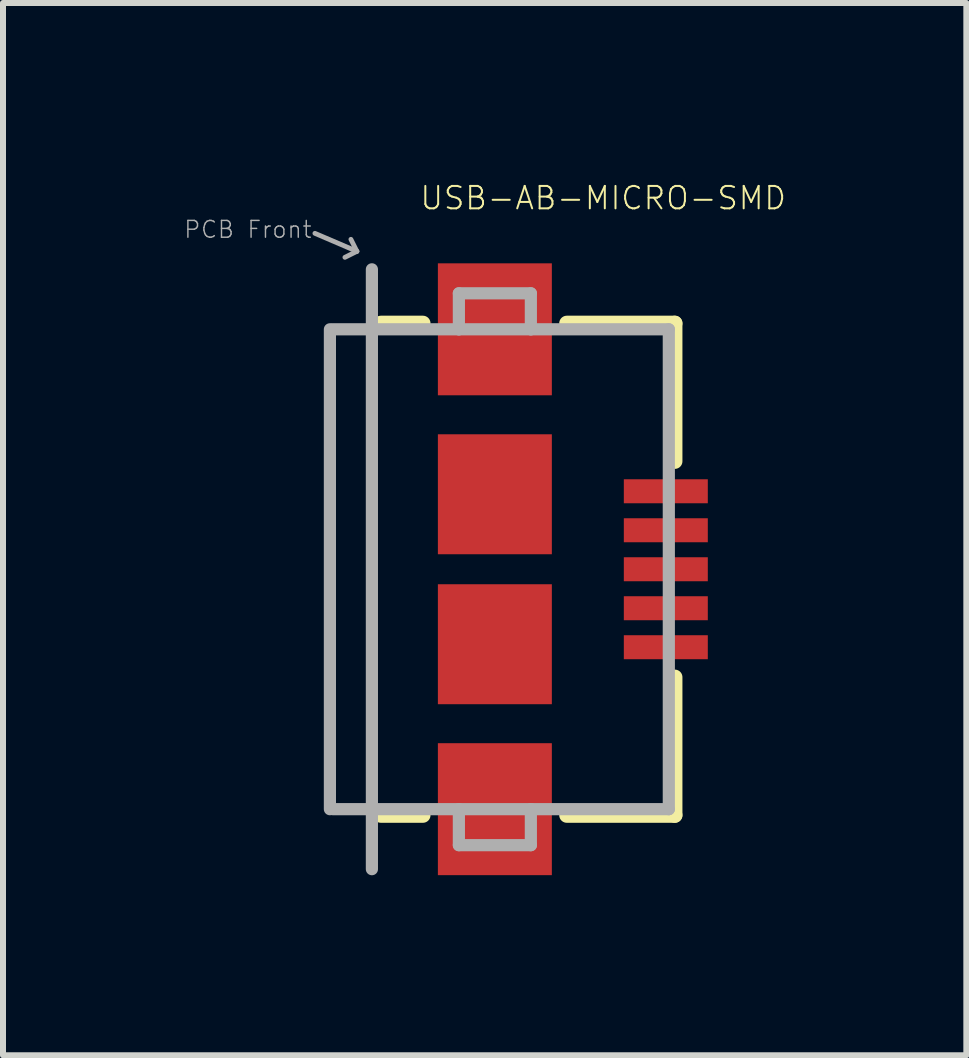
<source format=kicad_pcb>
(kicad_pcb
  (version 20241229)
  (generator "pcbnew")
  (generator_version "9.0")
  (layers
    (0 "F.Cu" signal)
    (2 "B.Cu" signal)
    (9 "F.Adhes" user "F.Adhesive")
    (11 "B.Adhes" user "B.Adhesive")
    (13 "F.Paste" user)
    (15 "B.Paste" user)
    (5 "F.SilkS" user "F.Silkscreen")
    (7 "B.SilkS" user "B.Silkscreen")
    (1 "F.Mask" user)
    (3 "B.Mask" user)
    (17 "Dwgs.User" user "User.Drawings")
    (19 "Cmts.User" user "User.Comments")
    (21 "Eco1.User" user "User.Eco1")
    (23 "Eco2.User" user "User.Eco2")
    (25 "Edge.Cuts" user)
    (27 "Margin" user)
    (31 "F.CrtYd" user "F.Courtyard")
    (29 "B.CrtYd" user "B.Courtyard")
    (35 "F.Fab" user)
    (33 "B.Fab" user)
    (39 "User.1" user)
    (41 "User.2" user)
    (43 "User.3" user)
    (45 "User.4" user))
  (footprint "USB-AB-MICRO-SMD"
    (layer "F.Cu")
    (at 5.2 6.44)
    (property "Reference" "USB-AB-MICRO-SMD" (at -1.27 -5.969 0) (unlocked yes) (layer "F.SilkS") (effects (font (size 0.374 0.374) (thickness 0.033)) (justify left bottom)))
    (fp_line (start -1.2 -4.1) (end -1.9 -4.1) (stroke (width 0.254) (type solid)) (layer "F.SilkS"))
    (fp_line (start -1.2 4.1) (end -1.9 4.1) (stroke (width 0.254) (type solid)) (layer "F.SilkS"))
    (fp_line (start 1.2 -4.1) (end 3 -4.1) (stroke (width 0.254) (type solid)) (layer "F.SilkS"))
    (fp_line (start 3 -4.1) (end 3 -1.8) (stroke (width 0.254) (type solid)) (layer "F.SilkS"))
    (fp_line (start 3 1.8) (end 3 4.1) (stroke (width 0.254) (type solid)) (layer "F.SilkS"))
    (fp_line (start 3 4.1) (end 1.2 4.1) (stroke (width 0.254) (type solid)) (layer "F.SilkS"))
    (fp_line (start -3 -5.6) (end -2.3 -5.3) (stroke (width 0.08) (type solid)) (layer "F.Fab"))
    (fp_line (start -2.75 -4) (end -2.75 4) (stroke (width 0.203) (type solid)) (layer "F.Fab"))
    (fp_line (start -2.7 -4) (end -0.6 -4) (stroke (width 0.203) (type solid)) (layer "F.Fab"))
    (fp_line (start -2.7 4) (end 2.9 4) (stroke (width 0.203) (type solid)) (layer "F.Fab"))
    (fp_line (start -2.3 -5.3) (end -2.5 -5.2) (stroke (width 0.08) (type solid)) (layer "F.Fab"))
    (fp_line (start -2.3 -5.3) (end -2.4 -5.5) (stroke (width 0.08) (type solid)) (layer "F.Fab"))
    (fp_line (start -2.05 -5) (end -2.05 5) (stroke (width 0.203) (type solid)) (layer "F.Fab"))
    (fp_line (start -0.6 -4.6) (end 0.6 -4.6) (stroke (width 0.203) (type solid)) (layer "F.Fab"))
    (fp_line (start -0.6 -4) (end -0.6 -4.6) (stroke (width 0.203) (type solid)) (layer "F.Fab"))
    (fp_line (start -0.6 -4) (end 0.6 -4) (stroke (width 0.203) (type solid)) (layer "F.Fab"))
    (fp_line (start -0.6 4.6) (end -0.6 4) (stroke (width 0.203) (type solid)) (layer "F.Fab"))
    (fp_line (start 0.6 -4.6) (end 0.6 -4) (stroke (width 0.203) (type solid)) (layer "F.Fab"))
    (fp_line (start 0.6 -4) (end 2.9 -4) (stroke (width 0.203) (type solid)) (layer "F.Fab"))
    (fp_line (start 0.6 4) (end 0.6 4.6) (stroke (width 0.203) (type solid)) (layer "F.Fab"))
    (fp_line (start 0.6 4.6) (end -0.6 4.6) (stroke (width 0.203) (type solid)) (layer "F.Fab"))
    (fp_line (start 2.9 -4) (end 2.9 4) (stroke (width 0.203) (type solid)) (layer "F.Fab"))
    (fp_text user "PCB Front" (at -5.2 -5.5 0) (unlocked yes) (layer "F.Fab") (effects (font (size 0.28 0.28) (thickness 0.024)) (justify left bottom)))
    (pad "D+" smd rect (at 2.85 0 90) (size 0.4 1.4) (layers "F.Cu" "F.Mask" "F.Paste"))
    (pad "D-" smd rect (at 2.85 -0.65 90) (size 0.4 1.4) (layers "F.Cu" "F.Mask" "F.Paste"))
    (pad "GND" smd rect (at 2.85 1.3 90) (size 0.4 1.4) (layers "F.Cu" "F.Mask" "F.Paste"))
    (pad "ID" smd rect (at 2.85 0.65 90) (size 0.4 1.4) (layers "F.Cu" "F.Mask" "F.Paste"))
    (pad "P$6" smd rect (at 0 -1.25 90) (size 2 1.9) (layers "F.Cu" "F.Mask" "F.Paste"))
    (pad "P$7" smd rect (at 0 1.25 90) (size 2 1.9) (layers "F.Cu" "F.Mask" "F.Paste"))
    (pad "P$8" smd rect (at 0 -4 90) (size 2.2 1.9) (layers "F.Cu" "F.Mask" "F.Paste"))
    (pad "P$9" smd rect (at 0 4 90) (size 2.2 1.9) (layers "F.Cu" "F.Mask" "F.Paste"))
    (pad "VBUS" smd rect (at 2.85 -1.3 90) (size 0.4 1.4) (layers "F.Cu" "F.Mask" "F.Paste")))
  (gr_rect
    (start -3 -3)
    (end 13.06 14.542)
    (stroke (width 0.1) (type default))
    (fill no)
    (layer "Edge.Cuts")))
</source>
